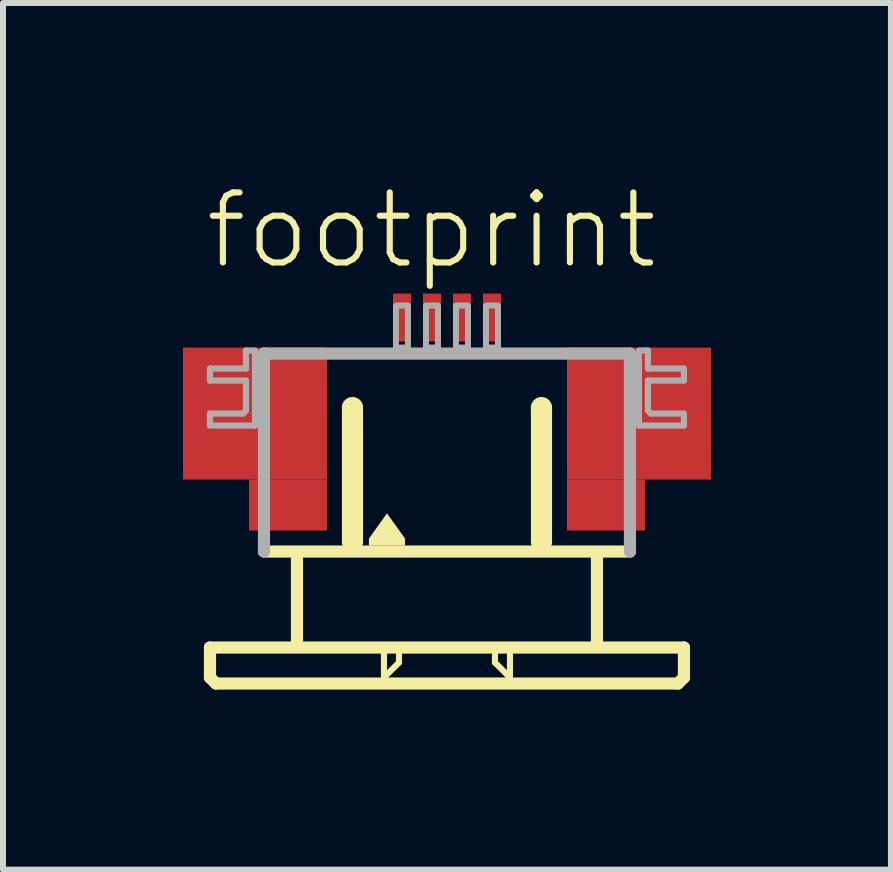
<source format=kicad_pcb>
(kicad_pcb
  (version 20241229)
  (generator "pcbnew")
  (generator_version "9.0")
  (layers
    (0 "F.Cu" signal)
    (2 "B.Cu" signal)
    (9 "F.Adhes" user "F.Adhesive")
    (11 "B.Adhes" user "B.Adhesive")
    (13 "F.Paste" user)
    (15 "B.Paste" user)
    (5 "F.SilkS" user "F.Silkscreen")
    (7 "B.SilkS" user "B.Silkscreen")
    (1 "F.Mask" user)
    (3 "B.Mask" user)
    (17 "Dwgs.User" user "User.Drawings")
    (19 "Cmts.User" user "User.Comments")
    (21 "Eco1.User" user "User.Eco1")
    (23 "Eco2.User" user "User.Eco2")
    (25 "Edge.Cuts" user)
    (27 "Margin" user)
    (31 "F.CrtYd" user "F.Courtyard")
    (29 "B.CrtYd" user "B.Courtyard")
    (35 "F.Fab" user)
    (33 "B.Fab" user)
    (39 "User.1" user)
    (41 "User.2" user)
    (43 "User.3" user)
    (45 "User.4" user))
  (footprint "footprint"
    (layer "F.Cu")
    (at 4.4 4.743)
    (property "Reference" "footprint" (at -4.08 -3.27 0) (layer "F.SilkS") (effects (font (size 1.168 1.168) (thickness 0.102)) (justify left bottom)))
    (fp_poly (pts (xy -4.4 0.2) (xy -2 0.2) (xy -2 -2) (xy -4.4 -2)) (stroke (width 0) (type solid)) (fill yes) (layer "F.Cu"))
    (fp_poly (pts (xy -3.3 1.05) (xy -2 1.05) (xy -2 0.2) (xy -3.3 0.2)) (stroke (width 0) (type solid)) (fill yes) (layer "F.Cu"))
    (fp_poly (pts (xy 2 0.2) (xy 4.4 0.2) (xy 4.4 -2) (xy 2 -2)) (stroke (width 0) (type solid)) (fill yes) (layer "F.Cu"))
    (fp_poly (pts (xy 2 1.05) (xy 3.3 1.05) (xy 3.3 0.2) (xy 2 0.2)) (stroke (width 0) (type solid)) (fill yes) (layer "F.Cu"))
    (fp_poly (pts (xy -4.4 0.2) (xy -3.25 0.2) (xy -3.25 -2) (xy -4.4 -2)) (stroke (width 0) (type solid)) (fill yes) (layer "F.Mask"))
    (fp_poly (pts (xy -3.3 1.05) (xy -2 1.05) (xy -2 -2) (xy -3.3 -2)) (stroke (width 0) (type solid)) (fill yes) (layer "F.Mask"))
    (fp_poly (pts (xy 3.3 -2) (xy 2 -2) (xy 2 1.05) (xy 3.3 1.05)) (stroke (width 0) (type solid)) (fill yes) (layer "F.Mask"))
    (fp_poly (pts (xy 4.4 -2) (xy 3.25 -2) (xy 3.25 0.2) (xy 4.4 0.2)) (stroke (width 0) (type solid)) (fill yes) (layer "F.Mask"))
    (fp_line (start -3.95 3) (end -3.95 3.5) (stroke (width 0.203) (type solid)) (layer "F.SilkS"))
    (fp_line (start -3.95 3.5) (end -3.85 3.6) (stroke (width 0.203) (type solid)) (layer "F.SilkS"))
    (fp_line (start -3.85 3.6) (end 3.85 3.6) (stroke (width 0.203) (type solid)) (layer "F.SilkS"))
    (fp_line (start -2.5 1.5) (end -2.5 2.9) (stroke (width 0.203) (type solid)) (layer "F.SilkS"))
    (fp_line (start -1.65 1.25) (end -1.65 -1) (stroke (width 0.203) (type solid)) (layer "F.SilkS"))
    (fp_line (start -1.5 -1) (end -1.5 1.25) (stroke (width 0.203) (type solid)) (layer "F.SilkS"))
    (fp_line (start -1.05 3.1) (end -1.05 3.5) (stroke (width 0.102) (type solid)) (layer "F.SilkS"))
    (fp_line (start -1.05 3.5) (end -0.8 3.25) (stroke (width 0.102) (type solid)) (layer "F.SilkS"))
    (fp_line (start -0.8 3.25) (end -0.8 3.1) (stroke (width 0.102) (type solid)) (layer "F.SilkS"))
    (fp_line (start 0.8 3.1) (end 0.8 3.25) (stroke (width 0.102) (type solid)) (layer "F.SilkS"))
    (fp_line (start 0.8 3.25) (end 1.05 3.5) (stroke (width 0.102) (type solid)) (layer "F.SilkS"))
    (fp_line (start 1.05 3.5) (end 1.05 3.1) (stroke (width 0.102) (type solid)) (layer "F.SilkS"))
    (fp_line (start 1.5 1.25) (end 1.5 -1) (stroke (width 0.203) (type solid)) (layer "F.SilkS"))
    (fp_line (start 1.65 -1) (end 1.65 1.25) (stroke (width 0.203) (type solid)) (layer "F.SilkS"))
    (fp_line (start 2.5 1.5) (end 2.5 2.9) (stroke (width 0.203) (type solid)) (layer "F.SilkS"))
    (fp_line (start 3.05 1.4) (end -3.05 1.4) (stroke (width 0.203) (type solid)) (layer "F.SilkS"))
    (fp_line (start 3.85 3.6) (end 3.95 3.5) (stroke (width 0.203) (type solid)) (layer "F.SilkS"))
    (fp_line (start 3.95 3) (end -3.95 3) (stroke (width 0.203) (type solid)) (layer "F.SilkS"))
    (fp_line (start 3.95 3.5) (end 3.95 3) (stroke (width 0.203) (type solid)) (layer "F.SilkS"))
    (fp_arc (start -1.65 -1) (mid -1.575 -1.075) (end -1.5 -1) (stroke (width 0.2032) (type solid)) (layer "F.SilkS"))
    (fp_arc (start 1.5 -1) (mid 1.575 -1.075) (end 1.65 -1) (stroke (width 0.2032) (type solid)) (layer "F.SilkS"))
    (fp_poly (pts (xy -0.699 1.184) (xy -0.699 1.301) (xy -1.301 1.301) (xy -1.301 1.184) (xy -1 0.763)) (stroke (width 0) (type solid)) (fill yes) (layer "F.SilkS"))
    (fp_poly (pts (xy -4.2 0.05) (xy -2.2 0.05) (xy -2.2 -1.85) (xy -4.2 -1.85)) (stroke (width 0) (type solid)) (fill yes) (layer "F.Paste"))
    (fp_poly (pts (xy 4.2 -1.85) (xy 2.2 -1.85) (xy 2.2 0.05) (xy 4.2 0.05)) (stroke (width 0) (type solid)) (fill yes) (layer "F.Paste"))
    (fp_line (start -3.95 -1.65) (end -3.95 -1.45) (stroke (width 0.102) (type solid)) (layer "F.Fab"))
    (fp_line (start -3.95 -1.45) (end -3.35 -1.45) (stroke (width 0.102) (type solid)) (layer "F.Fab"))
    (fp_line (start -3.95 -0.9) (end -3.95 -0.7) (stroke (width 0.102) (type solid)) (layer "F.Fab"))
    (fp_line (start -3.95 -0.7) (end -3.2 -0.7) (stroke (width 0.102) (type solid)) (layer "F.Fab"))
    (fp_line (start -3.4 -0.9) (end -3.95 -0.9) (stroke (width 0.102) (type solid)) (layer "F.Fab"))
    (fp_line (start -3.35 -1.95) (end -3.35 -1.65) (stroke (width 0.102) (type solid)) (layer "F.Fab"))
    (fp_line (start -3.35 -1.65) (end -3.95 -1.65) (stroke (width 0.102) (type solid)) (layer "F.Fab"))
    (fp_line (start -3.35 -1.45) (end -3.35 -0.95) (stroke (width 0.102) (type solid)) (layer "F.Fab"))
    (fp_line (start -3.35 -0.95) (end -3.4 -0.9) (stroke (width 0.102) (type solid)) (layer "F.Fab"))
    (fp_line (start -3.2 -1.95) (end -3.35 -1.95) (stroke (width 0.102) (type solid)) (layer "F.Fab"))
    (fp_line (start -3.2 -0.7) (end -3.2 -1.9) (stroke (width 0.102) (type solid)) (layer "F.Fab"))
    (fp_line (start -3.05 -1.9) (end 3.05 -1.9) (stroke (width 0.203) (type solid)) (layer "F.Fab"))
    (fp_line (start -3.05 1.4) (end -3.05 -1.9) (stroke (width 0.203) (type solid)) (layer "F.Fab"))
    (fp_line (start 3.05 -1.9) (end 3.05 1.4) (stroke (width 0.203) (type solid)) (layer "F.Fab"))
    (fp_line (start 3.2 -1.95) (end 3.35 -1.95) (stroke (width 0.102) (type solid)) (layer "F.Fab"))
    (fp_line (start 3.2 -0.7) (end 3.2 -1.9) (stroke (width 0.102) (type solid)) (layer "F.Fab"))
    (fp_line (start 3.35 -1.95) (end 3.35 -1.65) (stroke (width 0.102) (type solid)) (layer "F.Fab"))
    (fp_line (start 3.35 -1.65) (end 3.95 -1.65) (stroke (width 0.102) (type solid)) (layer "F.Fab"))
    (fp_line (start 3.35 -1.45) (end 3.35 -0.95) (stroke (width 0.102) (type solid)) (layer "F.Fab"))
    (fp_line (start 3.35 -0.95) (end 3.4 -0.9) (stroke (width 0.102) (type solid)) (layer "F.Fab"))
    (fp_line (start 3.4 -0.9) (end 3.95 -0.9) (stroke (width 0.102) (type solid)) (layer "F.Fab"))
    (fp_line (start 3.95 -1.65) (end 3.95 -1.45) (stroke (width 0.102) (type solid)) (layer "F.Fab"))
    (fp_line (start 3.95 -1.45) (end 3.35 -1.45) (stroke (width 0.102) (type solid)) (layer "F.Fab"))
    (fp_line (start 3.95 -0.9) (end 3.95 -0.7) (stroke (width 0.102) (type solid)) (layer "F.Fab"))
    (fp_line (start 3.95 -0.7) (end 3.2 -0.7) (stroke (width 0.102) (type solid)) (layer "F.Fab"))
    (fp_poly (pts (xy -0.85 -2) (xy -0.65 -2) (xy -0.65 -2.7) (xy -0.85 -2.7)) (stroke (width 0.1) (type solid)) (fill no) (layer "F.Fab"))
    (fp_poly (pts (xy -0.35 -2) (xy -0.15 -2) (xy -0.15 -2.7) (xy -0.35 -2.7)) (stroke (width 0.1) (type solid)) (fill no) (layer "F.Fab"))
    (fp_poly (pts (xy 0.15 -2) (xy 0.35 -2) (xy 0.35 -2.7) (xy 0.15 -2.7)) (stroke (width 0.1) (type solid)) (fill no) (layer "F.Fab"))
    (fp_poly (pts (xy 0.65 -2) (xy 0.85 -2) (xy 0.85 -2.7) (xy 0.65 -2.7)) (stroke (width 0.1) (type solid)) (fill no) (layer "F.Fab"))
    (pad "1" smd rect (at -0.75 -2.5) (size 0.3 0.8) (layers "F.Cu" "F.Mask" "F.Paste"))
    (pad "2" smd rect (at -0.25 -2.5) (size 0.3 0.8) (layers "F.Cu" "F.Mask" "F.Paste"))
    (pad "3" smd rect (at 0.25 -2.5) (size 0.3 0.8) (layers "F.Cu" "F.Mask" "F.Paste"))
    (pad "4" smd rect (at 0.75 -2.5) (size 0.3 0.8) (layers "F.Cu" "F.Mask" "F.Paste")))
  (gr_rect
    (start -3 -3)
    (end 11.8 11.445)
    (stroke (width 0.1) (type default))
    (fill no)
    (layer "Edge.Cuts")))
</source>
